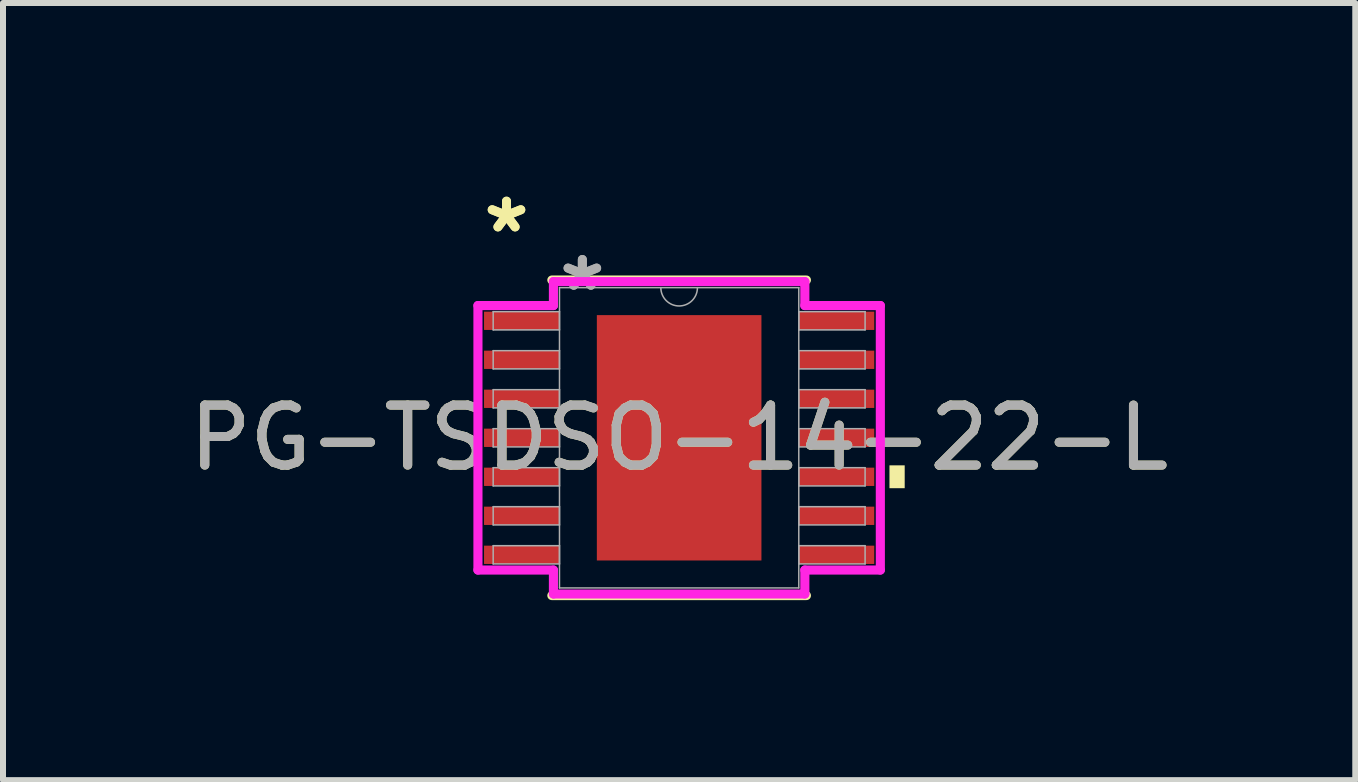
<source format=kicad_pcb>
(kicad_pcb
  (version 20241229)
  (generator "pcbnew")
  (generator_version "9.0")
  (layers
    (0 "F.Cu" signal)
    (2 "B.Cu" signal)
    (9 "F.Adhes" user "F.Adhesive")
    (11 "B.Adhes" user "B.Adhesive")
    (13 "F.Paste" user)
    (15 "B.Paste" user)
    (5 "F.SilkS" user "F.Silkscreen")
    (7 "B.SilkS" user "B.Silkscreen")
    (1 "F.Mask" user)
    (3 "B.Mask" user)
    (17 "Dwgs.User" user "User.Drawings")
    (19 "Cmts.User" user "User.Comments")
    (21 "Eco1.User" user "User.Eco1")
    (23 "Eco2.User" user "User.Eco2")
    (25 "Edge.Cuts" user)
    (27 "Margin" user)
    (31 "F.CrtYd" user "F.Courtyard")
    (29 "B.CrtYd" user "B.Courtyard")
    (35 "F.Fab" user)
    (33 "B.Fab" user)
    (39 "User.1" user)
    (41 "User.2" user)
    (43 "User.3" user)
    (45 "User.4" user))
  (footprint "PG-TSDSO-14-22-L"
    (layer "F.Cu")
    (at 8.268 4.246)
    (property "Reference" "PG-TSDSO-14-22-L" (at 0 0 0) (unlocked yes) (layer "F.SilkS") (effects (font (size 1 1) (thickness 0.15))))
    (attr smd)
    (fp_line (start -2.121 2.629) (end 2.121 2.629) (stroke (width 0.152) (type solid)) (layer "F.SilkS"))
    (fp_line (start 2.121 -2.629) (end -2.121 -2.629) (stroke (width 0.152) (type solid)) (layer "F.SilkS"))
    (fp_poly (pts (xy 3.759 0.459) (xy 3.759 0.84) (xy 3.505 0.84) (xy 3.505 0.459)) (stroke (width 0) (type solid)) (fill yes) (layer "F.SilkS"))
    (fp_poly (pts (xy -1.272 -1.945) (xy -1.272 -0.782) (xy -0.1 -0.782) (xy -0.1 -1.945)) (stroke (width 0) (type solid)) (fill yes) (layer "F.Paste"))
    (fp_poly (pts (xy -1.272 -0.582) (xy -1.272 0.582) (xy -0.1 0.582) (xy -0.1 -0.582)) (stroke (width 0) (type solid)) (fill yes) (layer "F.Paste"))
    (fp_poly (pts (xy -1.272 0.782) (xy -1.272 1.945) (xy -0.1 1.945) (xy -0.1 0.782)) (stroke (width 0) (type solid)) (fill yes) (layer "F.Paste"))
    (fp_poly (pts (xy 0.1 -1.945) (xy 0.1 -0.782) (xy 1.272 -0.782) (xy 1.272 -1.945)) (stroke (width 0) (type solid)) (fill yes) (layer "F.Paste"))
    (fp_poly (pts (xy 0.1 -0.582) (xy 0.1 0.582) (xy 1.272 0.582) (xy 1.272 -0.582)) (stroke (width 0) (type solid)) (fill yes) (layer "F.Paste"))
    (fp_poly (pts (xy 0.1 0.782) (xy 0.1 1.945) (xy 1.272 1.945) (xy 1.272 0.782)) (stroke (width 0) (type solid)) (fill yes) (layer "F.Paste"))
    (fp_line (start -3.353 -2.204) (end -2.095 -2.204) (stroke (width 0.152) (type solid)) (layer "F.CrtYd"))
    (fp_line (start -3.353 2.204) (end -3.353 -2.204) (stroke (width 0.152) (type solid)) (layer "F.CrtYd"))
    (fp_line (start -3.353 2.204) (end -2.095 2.204) (stroke (width 0.152) (type solid)) (layer "F.CrtYd"))
    (fp_line (start -2.095 -2.603) (end 2.095 -2.603) (stroke (width 0.152) (type solid)) (layer "F.CrtYd"))
    (fp_line (start -2.095 -2.204) (end -2.095 -2.603) (stroke (width 0.152) (type solid)) (layer "F.CrtYd"))
    (fp_line (start -2.095 2.603) (end -2.095 2.204) (stroke (width 0.152) (type solid)) (layer "F.CrtYd"))
    (fp_line (start 2.095 -2.603) (end 2.095 -2.204) (stroke (width 0.152) (type solid)) (layer "F.CrtYd"))
    (fp_line (start 2.095 2.204) (end 2.095 2.603) (stroke (width 0.152) (type solid)) (layer "F.CrtYd"))
    (fp_line (start 2.095 2.603) (end -2.095 2.603) (stroke (width 0.152) (type solid)) (layer "F.CrtYd"))
    (fp_line (start 3.353 -2.204) (end 2.095 -2.204) (stroke (width 0.152) (type solid)) (layer "F.CrtYd"))
    (fp_line (start 3.353 -2.204) (end 3.353 2.204) (stroke (width 0.152) (type solid)) (layer "F.CrtYd"))
    (fp_line (start 3.353 2.204) (end 2.095 2.204) (stroke (width 0.152) (type solid)) (layer "F.CrtYd"))
    (fp_line (start -3.099 -2.102) (end -3.099 -1.798) (stroke (width 0.025) (type solid)) (layer "F.Fab"))
    (fp_line (start -3.099 -1.798) (end -1.994 -1.798) (stroke (width 0.025) (type solid)) (layer "F.Fab"))
    (fp_line (start -3.099 -1.452) (end -3.099 -1.148) (stroke (width 0.025) (type solid)) (layer "F.Fab"))
    (fp_line (start -3.099 -1.148) (end -1.994 -1.148) (stroke (width 0.025) (type solid)) (layer "F.Fab"))
    (fp_line (start -3.099 -0.802) (end -3.099 -0.498) (stroke (width 0.025) (type solid)) (layer "F.Fab"))
    (fp_line (start -3.099 -0.498) (end -1.994 -0.498) (stroke (width 0.025) (type solid)) (layer "F.Fab"))
    (fp_line (start -3.099 -0.152) (end -3.099 0.152) (stroke (width 0.025) (type solid)) (layer "F.Fab"))
    (fp_line (start -3.099 0.152) (end -1.994 0.152) (stroke (width 0.025) (type solid)) (layer "F.Fab"))
    (fp_line (start -3.099 0.498) (end -3.099 0.802) (stroke (width 0.025) (type solid)) (layer "F.Fab"))
    (fp_line (start -3.099 0.802) (end -1.994 0.802) (stroke (width 0.025) (type solid)) (layer "F.Fab"))
    (fp_line (start -3.099 1.148) (end -3.099 1.452) (stroke (width 0.025) (type solid)) (layer "F.Fab"))
    (fp_line (start -3.099 1.452) (end -1.994 1.452) (stroke (width 0.025) (type solid)) (layer "F.Fab"))
    (fp_line (start -3.099 1.798) (end -3.099 2.102) (stroke (width 0.025) (type solid)) (layer "F.Fab"))
    (fp_line (start -3.099 2.102) (end -1.994 2.102) (stroke (width 0.025) (type solid)) (layer "F.Fab"))
    (fp_line (start -1.994 -2.502) (end -1.994 2.502) (stroke (width 0.025) (type solid)) (layer "F.Fab"))
    (fp_line (start -1.994 -2.102) (end -3.099 -2.102) (stroke (width 0.025) (type solid)) (layer "F.Fab"))
    (fp_line (start -1.994 -1.798) (end -1.994 -2.102) (stroke (width 0.025) (type solid)) (layer "F.Fab"))
    (fp_line (start -1.994 -1.452) (end -3.099 -1.452) (stroke (width 0.025) (type solid)) (layer "F.Fab"))
    (fp_line (start -1.994 -1.148) (end -1.994 -1.452) (stroke (width 0.025) (type solid)) (layer "F.Fab"))
    (fp_line (start -1.994 -0.802) (end -3.099 -0.802) (stroke (width 0.025) (type solid)) (layer "F.Fab"))
    (fp_line (start -1.994 -0.498) (end -1.994 -0.802) (stroke (width 0.025) (type solid)) (layer "F.Fab"))
    (fp_line (start -1.994 -0.152) (end -3.099 -0.152) (stroke (width 0.025) (type solid)) (layer "F.Fab"))
    (fp_line (start -1.994 0.152) (end -1.994 -0.152) (stroke (width 0.025) (type solid)) (layer "F.Fab"))
    (fp_line (start -1.994 0.498) (end -3.099 0.498) (stroke (width 0.025) (type solid)) (layer "F.Fab"))
    (fp_line (start -1.994 0.802) (end -1.994 0.498) (stroke (width 0.025) (type solid)) (layer "F.Fab"))
    (fp_line (start -1.994 1.148) (end -3.099 1.148) (stroke (width 0.025) (type solid)) (layer "F.Fab"))
    (fp_line (start -1.994 1.452) (end -1.994 1.148) (stroke (width 0.025) (type solid)) (layer "F.Fab"))
    (fp_line (start -1.994 1.798) (end -3.099 1.798) (stroke (width 0.025) (type solid)) (layer "F.Fab"))
    (fp_line (start -1.994 2.102) (end -1.994 1.798) (stroke (width 0.025) (type solid)) (layer "F.Fab"))
    (fp_line (start -1.994 2.502) (end 1.994 2.502) (stroke (width 0.025) (type solid)) (layer "F.Fab"))
    (fp_line (start 1.994 -2.502) (end -1.994 -2.502) (stroke (width 0.025) (type solid)) (layer "F.Fab"))
    (fp_line (start 1.994 -2.102) (end 1.994 -1.798) (stroke (width 0.025) (type solid)) (layer "F.Fab"))
    (fp_line (start 1.994 -1.798) (end 3.099 -1.798) (stroke (width 0.025) (type solid)) (layer "F.Fab"))
    (fp_line (start 1.994 -1.452) (end 1.994 -1.148) (stroke (width 0.025) (type solid)) (layer "F.Fab"))
    (fp_line (start 1.994 -1.148) (end 3.099 -1.148) (stroke (width 0.025) (type solid)) (layer "F.Fab"))
    (fp_line (start 1.994 -0.802) (end 1.994 -0.498) (stroke (width 0.025) (type solid)) (layer "F.Fab"))
    (fp_line (start 1.994 -0.498) (end 3.099 -0.498) (stroke (width 0.025) (type solid)) (layer "F.Fab"))
    (fp_line (start 1.994 -0.152) (end 1.994 0.152) (stroke (width 0.025) (type solid)) (layer "F.Fab"))
    (fp_line (start 1.994 0.152) (end 3.099 0.152) (stroke (width 0.025) (type solid)) (layer "F.Fab"))
    (fp_line (start 1.994 0.498) (end 1.994 0.802) (stroke (width 0.025) (type solid)) (layer "F.Fab"))
    (fp_line (start 1.994 0.802) (end 3.099 0.802) (stroke (width 0.025) (type solid)) (layer "F.Fab"))
    (fp_line (start 1.994 1.148) (end 1.994 1.452) (stroke (width 0.025) (type solid)) (layer "F.Fab"))
    (fp_line (start 1.994 1.452) (end 3.099 1.452) (stroke (width 0.025) (type solid)) (layer "F.Fab"))
    (fp_line (start 1.994 1.798) (end 1.994 2.102) (stroke (width 0.025) (type solid)) (layer "F.Fab"))
    (fp_line (start 1.994 2.102) (end 3.099 2.102) (stroke (width 0.025) (type solid)) (layer "F.Fab"))
    (fp_line (start 1.994 2.502) (end 1.994 -2.502) (stroke (width 0.025) (type solid)) (layer "F.Fab"))
    (fp_line (start 3.099 -2.102) (end 1.994 -2.102) (stroke (width 0.025) (type solid)) (layer "F.Fab"))
    (fp_line (start 3.099 -1.798) (end 3.099 -2.102) (stroke (width 0.025) (type solid)) (layer "F.Fab"))
    (fp_line (start 3.099 -1.452) (end 1.994 -1.452) (stroke (width 0.025) (type solid)) (layer "F.Fab"))
    (fp_line (start 3.099 -1.148) (end 3.099 -1.452) (stroke (width 0.025) (type solid)) (layer "F.Fab"))
    (fp_line (start 3.099 -0.802) (end 1.994 -0.802) (stroke (width 0.025) (type solid)) (layer "F.Fab"))
    (fp_line (start 3.099 -0.498) (end 3.099 -0.802) (stroke (width 0.025) (type solid)) (layer "F.Fab"))
    (fp_line (start 3.099 -0.152) (end 1.994 -0.152) (stroke (width 0.025) (type solid)) (layer "F.Fab"))
    (fp_line (start 3.099 0.152) (end 3.099 -0.152) (stroke (width 0.025) (type solid)) (layer "F.Fab"))
    (fp_line (start 3.099 0.498) (end 1.994 0.498) (stroke (width 0.025) (type solid)) (layer "F.Fab"))
    (fp_line (start 3.099 0.802) (end 3.099 0.498) (stroke (width 0.025) (type solid)) (layer "F.Fab"))
    (fp_line (start 3.099 1.148) (end 1.994 1.148) (stroke (width 0.025) (type solid)) (layer "F.Fab"))
    (fp_line (start 3.099 1.452) (end 3.099 1.148) (stroke (width 0.025) (type solid)) (layer "F.Fab"))
    (fp_line (start 3.099 1.798) (end 1.994 1.798) (stroke (width 0.025) (type solid)) (layer "F.Fab"))
    (fp_line (start 3.099 2.102) (end 3.099 1.798) (stroke (width 0.025) (type solid)) (layer "F.Fab"))
    (fp_arc (start 0.3048 -2.5019) (mid 0 -2.1971) (end -0.3048 -2.5019) (stroke (width 0.0254) (type solid)) (layer "F.Fab"))
    (fp_text user "*" (at -2.877 -3.398 0) (unlocked yes) (layer "F.SilkS") (effects (font (size 1 1) (thickness 0.15))))
    (fp_text user "*" (at -2.877 -3.398 0) (layer "F.SilkS") (effects (font (size 1 1) (thickness 0.15))))
    (fp_text user "${REFERENCE}" (at 0 0 0) (unlocked yes) (layer "F.Fab") (effects (font (size 1 1) (thickness 0.15))))
    (fp_text user "*" (at -1.613 -2.426 0) (unlocked yes) (layer "F.Fab") (effects (font (size 1 1) (thickness 0.15))))
    (fp_text user "*" (at -1.613 -2.426 0) (layer "F.Fab") (effects (font (size 1 1) (thickness 0.15))))
    (pad "1" smd rect (at -2.623 -1.95) (size 1.257 0.305) (layers "F.Cu" "F.Mask" "F.Paste"))
    (pad "2" smd rect (at -2.623 -1.3) (size 1.257 0.305) (layers "F.Cu" "F.Mask" "F.Paste"))
    (pad "3" smd rect (at -2.623 -0.65) (size 1.257 0.305) (layers "F.Cu" "F.Mask" "F.Paste"))
    (pad "4" smd rect (at -2.623 0) (size 1.257 0.305) (layers "F.Cu" "F.Mask" "F.Paste"))
    (pad "5" smd rect (at -2.623 0.65) (size 1.257 0.305) (layers "F.Cu" "F.Mask" "F.Paste"))
    (pad "6" smd rect (at -2.623 1.3) (size 1.257 0.305) (layers "F.Cu" "F.Mask" "F.Paste"))
    (pad "7" smd rect (at -2.623 1.95) (size 1.257 0.305) (layers "F.Cu" "F.Mask" "F.Paste"))
    (pad "8" smd rect (at 2.623 1.95) (size 1.257 0.305) (layers "F.Cu" "F.Mask" "F.Paste"))
    (pad "9" smd rect (at 2.623 1.3) (size 1.257 0.305) (layers "F.Cu" "F.Mask" "F.Paste"))
    (pad "10" smd rect (at 2.623 0.65) (size 1.257 0.305) (layers "F.Cu" "F.Mask" "F.Paste"))
    (pad "11" smd rect (at 2.623 0) (size 1.257 0.305) (layers "F.Cu" "F.Mask" "F.Paste"))
    (pad "12" smd rect (at 2.623 -0.65) (size 1.257 0.305) (layers "F.Cu" "F.Mask" "F.Paste"))
    (pad "13" smd rect (at 2.623 -1.3) (size 1.257 0.305) (layers "F.Cu" "F.Mask" "F.Paste"))
    (pad "14" smd rect (at 2.623 -1.95) (size 1.257 0.305) (layers "F.Cu" "F.Mask" "F.Paste"))
    (pad "EPAD" smd rect (at 0 0) (size 2.743 4.089) (layers "F.Cu" "F.Mask")))
  (gr_rect
    (start -3 -3)
    (end 19.536 9.951)
    (stroke (width 0.1) (type default))
    (fill no)
    (layer "Edge.Cuts")))
</source>
